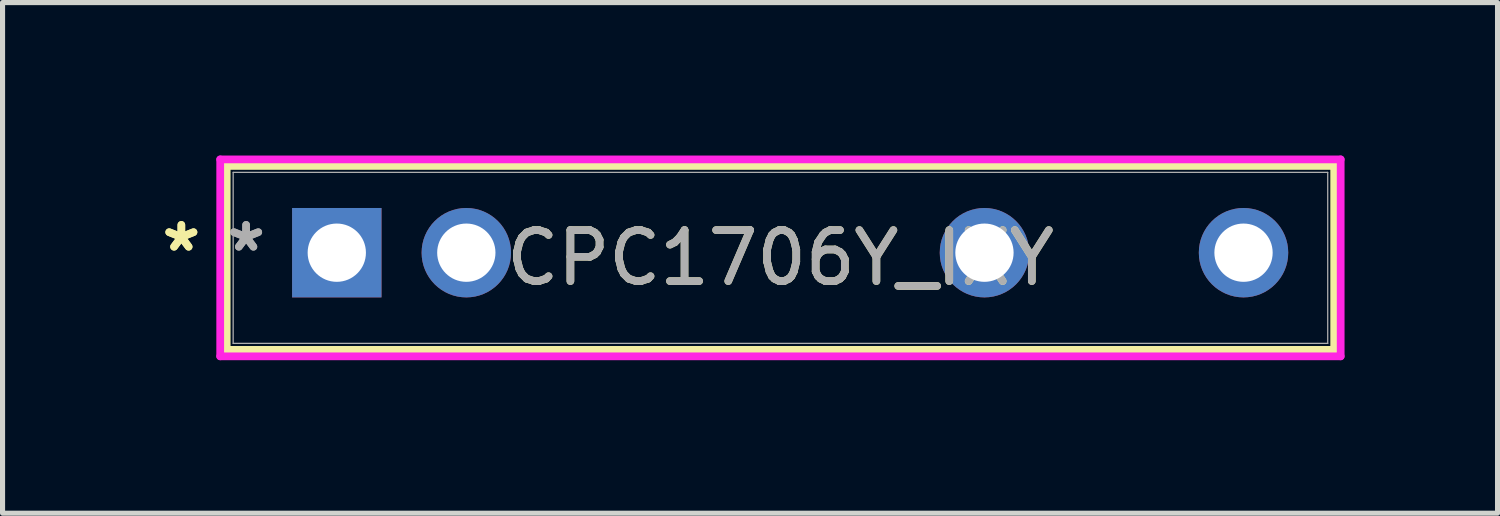
<source format=kicad_pcb>
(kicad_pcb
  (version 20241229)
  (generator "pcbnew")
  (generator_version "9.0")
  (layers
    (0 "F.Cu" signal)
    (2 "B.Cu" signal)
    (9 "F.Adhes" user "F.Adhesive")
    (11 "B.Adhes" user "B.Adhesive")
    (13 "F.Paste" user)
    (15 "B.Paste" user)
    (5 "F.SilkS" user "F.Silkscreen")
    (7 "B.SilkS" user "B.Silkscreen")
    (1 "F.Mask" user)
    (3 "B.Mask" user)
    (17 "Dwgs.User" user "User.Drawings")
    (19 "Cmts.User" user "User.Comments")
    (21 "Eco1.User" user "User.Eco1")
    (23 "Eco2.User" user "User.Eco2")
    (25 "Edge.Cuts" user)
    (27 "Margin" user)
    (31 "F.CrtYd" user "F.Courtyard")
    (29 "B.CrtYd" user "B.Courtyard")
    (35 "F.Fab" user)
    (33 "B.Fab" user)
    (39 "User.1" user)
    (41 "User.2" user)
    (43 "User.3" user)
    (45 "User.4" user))
  (footprint "CPC1706Y_IXY"
    (layer "F.Cu")
    (at 3.554 1.905)
    (property "Reference" "CPC1706Y_IXY" (at 8.7 0.102 0) (unlocked yes) (layer "F.SilkS") (effects (font (size 1 1) (thickness 0.15))))
    (attr through_hole)
    (fp_line (start -2.159 -1.702) (end -2.159 1.905) (stroke (width 0.152) (type solid)) (layer "F.SilkS"))
    (fp_line (start -2.159 1.905) (end 19.558 1.905) (stroke (width 0.152) (type solid)) (layer "F.SilkS"))
    (fp_line (start 19.558 -1.702) (end -2.159 -1.702) (stroke (width 0.152) (type solid)) (layer "F.SilkS"))
    (fp_line (start 19.558 1.905) (end 19.558 -1.702) (stroke (width 0.152) (type solid)) (layer "F.SilkS"))
    (fp_line (start -2.286 -1.829) (end 19.685 -1.829) (stroke (width 0.152) (type solid)) (layer "F.CrtYd"))
    (fp_line (start -2.286 2.032) (end -2.286 -1.829) (stroke (width 0.152) (type solid)) (layer "F.CrtYd"))
    (fp_line (start 19.685 -1.829) (end 19.685 2.032) (stroke (width 0.152) (type solid)) (layer "F.CrtYd"))
    (fp_line (start 19.685 2.032) (end -2.286 2.032) (stroke (width 0.152) (type solid)) (layer "F.CrtYd"))
    (fp_line (start -2.032 -1.575) (end -2.032 1.778) (stroke (width 0.025) (type solid)) (layer "F.Fab"))
    (fp_line (start -2.032 1.778) (end 19.431 1.778) (stroke (width 0.025) (type solid)) (layer "F.Fab"))
    (fp_line (start 19.431 -1.575) (end -2.032 -1.575) (stroke (width 0.025) (type solid)) (layer "F.Fab"))
    (fp_line (start 19.431 1.778) (end 19.431 -1.575) (stroke (width 0.025) (type solid)) (layer "F.Fab"))
    (fp_text user "*" (at -3.048 0 0) (layer "F.SilkS") (effects (font (size 1 1) (thickness 0.15))))
    (fp_text user "*" (at -3.048 0 0) (unlocked yes) (layer "F.SilkS") (effects (font (size 1 1) (thickness 0.15))))
    (fp_text user "*" (at -1.778 0 0) (layer "F.Fab") (effects (font (size 1 1) (thickness 0.15))))
    (fp_text user "${REFERENCE}" (at 8.7 0.102 0) (unlocked yes) (layer "F.Fab") (effects (font (size 1 1) (thickness 0.15))))
    (fp_text user "*" (at -1.778 0 0) (unlocked yes) (layer "F.Fab") (effects (font (size 1 1) (thickness 0.15))))
    (pad "1" thru_hole rect (at 0 0) (size 1.753 1.753) (drill 1.143) (layers "*.Cu" "*.Mask"))
    (pad "2" thru_hole circle (at 2.54 0) (size 1.753 1.753) (drill 1.143) (layers "*.Cu" "*.Mask"))
    (pad "3" thru_hole circle (at 12.7 0) (size 1.753 1.753) (drill 1.143) (layers "*.Cu" "*.Mask"))
    (pad "4" thru_hole circle (at 17.78 0) (size 1.753 1.753) (drill 1.143) (layers "*.Cu" "*.Mask")))
  (gr_rect
    (start -3 -3)
    (end 26.315 7.013)
    (stroke (width 0.1) (type default))
    (fill no)
    (layer "Edge.Cuts")))
</source>
